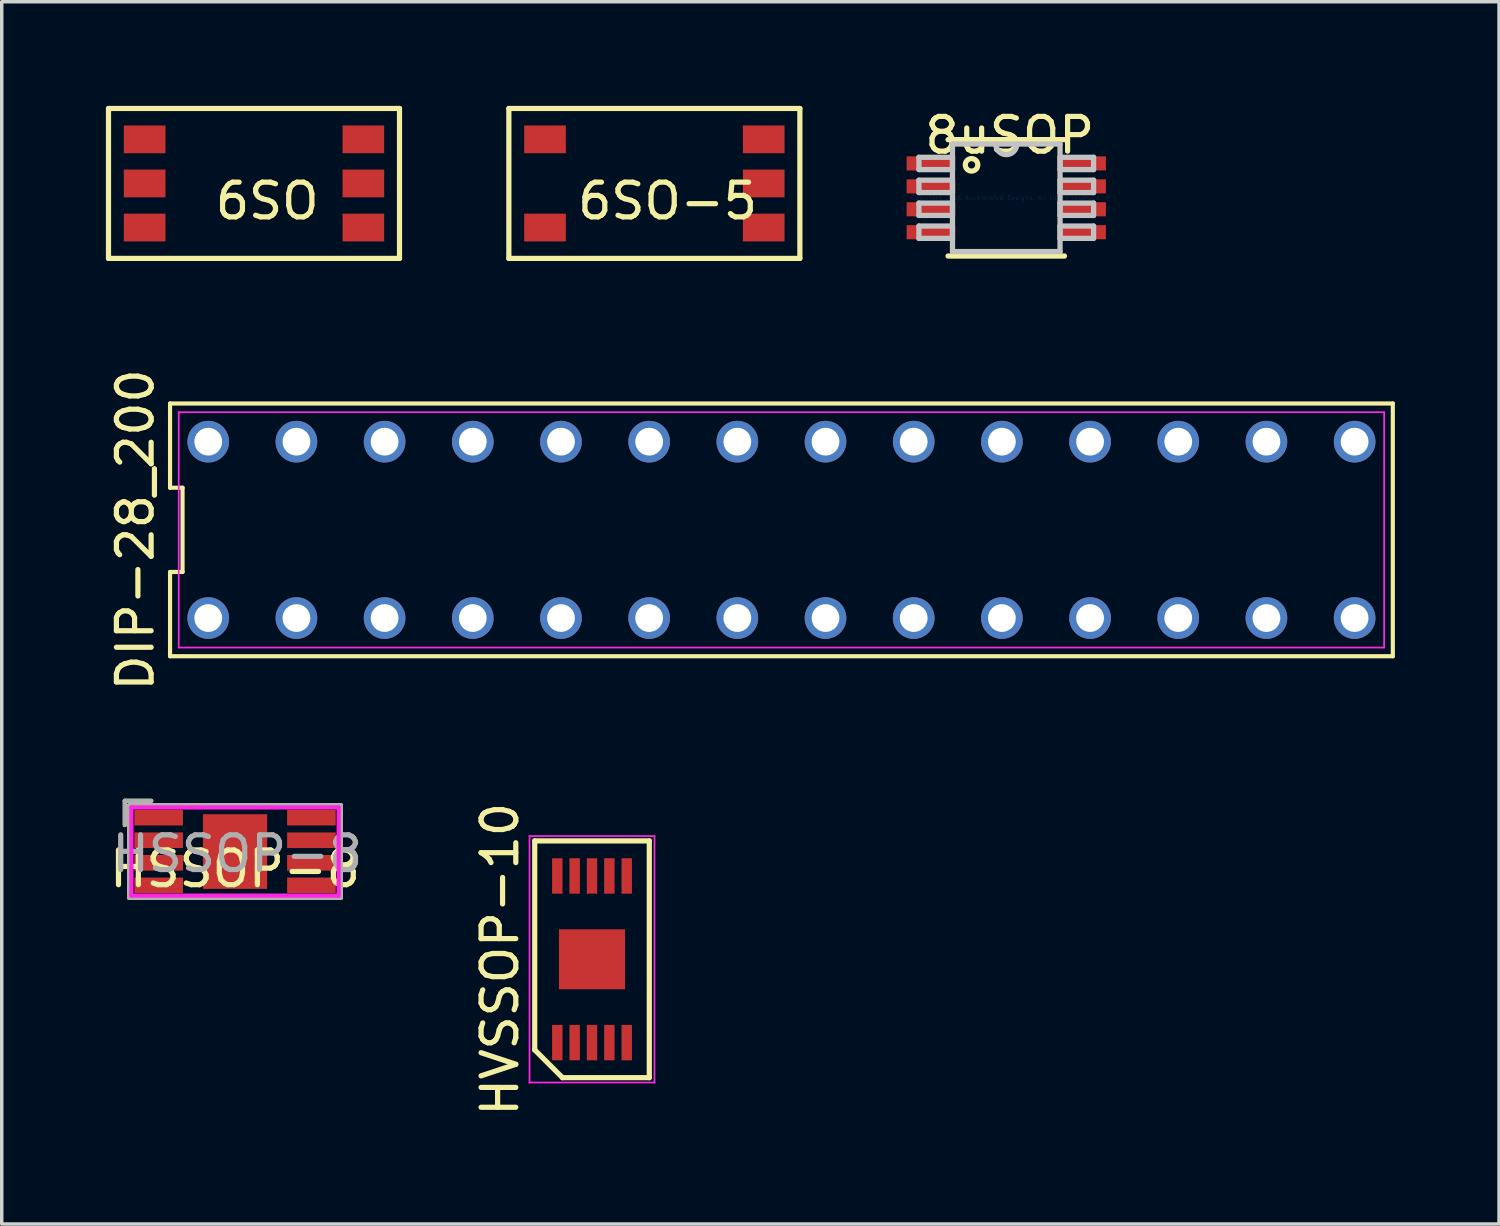
<source format=kicad_pcb>
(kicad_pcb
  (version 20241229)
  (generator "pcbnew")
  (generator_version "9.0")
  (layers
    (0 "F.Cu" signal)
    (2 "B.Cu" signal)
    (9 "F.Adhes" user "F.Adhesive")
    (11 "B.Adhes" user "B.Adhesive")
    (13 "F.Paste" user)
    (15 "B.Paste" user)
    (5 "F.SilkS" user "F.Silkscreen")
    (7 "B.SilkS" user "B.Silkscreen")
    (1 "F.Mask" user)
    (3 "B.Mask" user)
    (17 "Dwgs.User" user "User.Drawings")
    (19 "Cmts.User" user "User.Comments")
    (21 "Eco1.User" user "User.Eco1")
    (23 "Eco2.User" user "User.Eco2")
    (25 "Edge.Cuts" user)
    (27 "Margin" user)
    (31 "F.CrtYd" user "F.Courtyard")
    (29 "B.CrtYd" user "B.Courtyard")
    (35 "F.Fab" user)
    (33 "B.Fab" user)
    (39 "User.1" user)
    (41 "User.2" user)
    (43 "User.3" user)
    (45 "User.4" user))
  (footprint "HSSOP-8"
    (layer "F.Cu")
    (at 3.72 21.477)
    (property "Reference" "HSSOP-8" (at 0 0.5 0) (layer "F.SilkS") (effects (font (size 1 1) (thickness 0.15))))
    (attr through_hole)
    (fp_line (start -3.175 -1.46) (end -3.175 -0.762) (stroke (width 0.12) (type solid)) (layer "F.SilkS"))
    (fp_line (start -3.048 -1.333) (end 3.048 -1.333) (stroke (width 0.12) (type solid)) (layer "F.SilkS"))
    (fp_line (start -3.048 1.333) (end -3.048 -1.333) (stroke (width 0.12) (type solid)) (layer "F.SilkS"))
    (fp_line (start -2.413 -1.46) (end -3.175 -1.46) (stroke (width 0.12) (type solid)) (layer "F.SilkS"))
    (fp_line (start 3.048 -1.333) (end 3.048 1.333) (stroke (width 0.12) (type solid)) (layer "F.SilkS"))
    (fp_line (start 3.048 1.333) (end -3.048 1.333) (stroke (width 0.12) (type solid)) (layer "F.SilkS"))
    (fp_line (start -2.985 -1.27) (end 2.985 -1.27) (stroke (width 0.12) (type solid)) (layer "F.CrtYd"))
    (fp_line (start -2.985 1.27) (end -2.985 -1.27) (stroke (width 0.12) (type solid)) (layer "F.CrtYd"))
    (fp_line (start 2.985 -1.27) (end 2.985 1.27) (stroke (width 0.12) (type solid)) (layer "F.CrtYd"))
    (fp_line (start 2.985 1.27) (end -2.985 1.27) (stroke (width 0.12) (type solid)) (layer "F.CrtYd"))
    (fp_line (start -3.175 -1.46) (end -3.175 -0.762) (stroke (width 0.12) (type solid)) (layer "F.Fab"))
    (fp_line (start -3.048 -1.333) (end 3.048 -1.333) (stroke (width 0.12) (type solid)) (layer "F.Fab"))
    (fp_line (start -3.048 1.333) (end -3.048 -1.333) (stroke (width 0.12) (type solid)) (layer "F.Fab"))
    (fp_line (start -2.413 -1.46) (end -3.175 -1.46) (stroke (width 0.12) (type solid)) (layer "F.Fab"))
    (fp_line (start 3.048 -1.333) (end 3.048 1.333) (stroke (width 0.12) (type solid)) (layer "F.Fab"))
    (fp_line (start 3.048 1.333) (end -3.048 1.333) (stroke (width 0.12) (type solid)) (layer "F.Fab"))
    (fp_text user "${REFERENCE}" (at 0.064 0.064 0) (layer "F.Fab") (effects (font (size 1 1) (thickness 0.15))))
    (pad "1" smd rect (at -2.2 -0.975) (size 1.4 0.45) (layers "F.Cu" "F.Mask" "F.Paste"))
    (pad "2" smd rect (at -2.2 -0.325) (size 1.4 0.45) (layers "F.Cu" "F.Mask" "F.Paste"))
    (pad "3" smd rect (at -2.2 0.325) (size 1.4 0.45) (layers "F.Cu" "F.Mask" "F.Paste"))
    (pad "4" smd rect (at -2.2 0.975) (size 1.4 0.45) (layers "F.Cu" "F.Mask" "F.Paste"))
    (pad "5" smd rect (at 2.2 0.975) (size 1.4 0.45) (layers "F.Cu" "F.Mask" "F.Paste"))
    (pad "6" smd rect (at 2.2 0.325) (size 1.4 0.45) (layers "F.Cu" "F.Mask" "F.Paste"))
    (pad "7" smd rect (at 2.2 -0.325) (size 1.4 0.45) (layers "F.Cu" "F.Mask" "F.Paste"))
    (pad "8" smd rect (at 2.2 -0.975) (size 1.4 0.45) (layers "F.Cu" "F.Mask" "F.Paste"))
    (pad "9" smd rect (at 0 0) (size 1.85 2.15) (layers "F.Cu" "F.Mask" "F.Paste")))
  (footprint "DIP-28_200"
    (layer "F.Cu")
    (at 19.458 12.212)
    (property "Reference" "DIP-28_200" (at -18.61 0 90) (layer "F.SilkS") (effects (font (size 1 1) (thickness 0.15))))
    (fp_line (start -17.61 -3.64) (end -17.61 -1.213) (stroke (width 0.12) (type solid)) (layer "F.SilkS"))
    (fp_line (start -17.61 -1.213) (end -17.25 -1.213) (stroke (width 0.12) (type solid)) (layer "F.SilkS"))
    (fp_line (start -17.61 1.213) (end -17.61 3.64) (stroke (width 0.12) (type solid)) (layer "F.SilkS"))
    (fp_line (start -17.61 3.64) (end 17.61 3.64) (stroke (width 0.12) (type solid)) (layer "F.SilkS"))
    (fp_line (start -17.25 -1.213) (end -17.25 1.213) (stroke (width 0.12) (type solid)) (layer "F.SilkS"))
    (fp_line (start -17.25 1.213) (end -17.61 1.213) (stroke (width 0.12) (type solid)) (layer "F.SilkS"))
    (fp_line (start 17.61 -3.64) (end -17.61 -3.64) (stroke (width 0.12) (type solid)) (layer "F.SilkS"))
    (fp_line (start 17.61 3.64) (end 17.61 -3.64) (stroke (width 0.12) (type solid)) (layer "F.SilkS"))
    (fp_line (start -17.36 -3.39) (end 17.36 -3.39) (stroke (width 0.05) (type solid)) (layer "F.CrtYd"))
    (fp_line (start -17.36 3.39) (end -17.36 -3.39) (stroke (width 0.05) (type solid)) (layer "F.CrtYd"))
    (fp_line (start 17.36 -3.39) (end 17.36 3.39) (stroke (width 0.05) (type solid)) (layer "F.CrtYd"))
    (fp_line (start 17.36 3.39) (end -17.36 3.39) (stroke (width 0.05) (type solid)) (layer "F.CrtYd"))
    (pad "1" thru_hole circle (at -16.51 2.54) (size 1.2 1.2) (drill 0.8) (layers "*.Cu" "*.Mask"))
    (pad "2" thru_hole circle (at -13.97 2.54) (size 1.2 1.2) (drill 0.8) (layers "*.Cu" "*.Mask"))
    (pad "3" thru_hole circle (at -11.43 2.54) (size 1.2 1.2) (drill 0.8) (layers "*.Cu" "*.Mask"))
    (pad "4" thru_hole circle (at -8.89 2.54) (size 1.2 1.2) (drill 0.8) (layers "*.Cu" "*.Mask"))
    (pad "5" thru_hole circle (at -6.35 2.54) (size 1.2 1.2) (drill 0.8) (layers "*.Cu" "*.Mask"))
    (pad "6" thru_hole circle (at -3.81 2.54) (size 1.2 1.2) (drill 0.8) (layers "*.Cu" "*.Mask"))
    (pad "7" thru_hole circle (at -1.27 2.54) (size 1.2 1.2) (drill 0.8) (layers "*.Cu" "*.Mask"))
    (pad "8" thru_hole circle (at 1.27 2.54) (size 1.2 1.2) (drill 0.8) (layers "*.Cu" "*.Mask"))
    (pad "9" thru_hole circle (at 3.81 2.54) (size 1.2 1.2) (drill 0.8) (layers "*.Cu" "*.Mask"))
    (pad "10" thru_hole circle (at 6.35 2.54) (size 1.2 1.2) (drill 0.8) (layers "*.Cu" "*.Mask"))
    (pad "11" thru_hole circle (at 8.89 2.54) (size 1.2 1.2) (drill 0.8) (layers "*.Cu" "*.Mask"))
    (pad "12" thru_hole circle (at 11.43 2.54) (size 1.2 1.2) (drill 0.8) (layers "*.Cu" "*.Mask"))
    (pad "13" thru_hole circle (at 13.97 2.54) (size 1.2 1.2) (drill 0.8) (layers "*.Cu" "*.Mask"))
    (pad "14" thru_hole circle (at 16.51 2.54) (size 1.2 1.2) (drill 0.8) (layers "*.Cu" "*.Mask"))
    (pad "15" thru_hole circle (at 16.51 -2.54) (size 1.2 1.2) (drill 0.8) (layers "*.Cu" "*.Mask"))
    (pad "16" thru_hole circle (at 13.97 -2.54) (size 1.2 1.2) (drill 0.8) (layers "*.Cu" "*.Mask"))
    (pad "17" thru_hole circle (at 11.43 -2.54) (size 1.2 1.2) (drill 0.8) (layers "*.Cu" "*.Mask"))
    (pad "18" thru_hole circle (at 8.89 -2.54) (size 1.2 1.2) (drill 0.8) (layers "*.Cu" "*.Mask"))
    (pad "19" thru_hole circle (at 6.35 -2.54) (size 1.2 1.2) (drill 0.8) (layers "*.Cu" "*.Mask"))
    (pad "20" thru_hole circle (at 3.81 -2.54) (size 1.2 1.2) (drill 0.8) (layers "*.Cu" "*.Mask"))
    (pad "21" thru_hole circle (at 1.27 -2.54) (size 1.2 1.2) (drill 0.8) (layers "*.Cu" "*.Mask"))
    (pad "22" thru_hole circle (at -1.27 -2.54) (size 1.2 1.2) (drill 0.8) (layers "*.Cu" "*.Mask"))
    (pad "23" thru_hole circle (at -3.81 -2.54) (size 1.2 1.2) (drill 0.8) (layers "*.Cu" "*.Mask"))
    (pad "24" thru_hole circle (at -6.35 -2.54) (size 1.2 1.2) (drill 0.8) (layers "*.Cu" "*.Mask"))
    (pad "25" thru_hole circle (at -8.89 -2.54) (size 1.2 1.2) (drill 0.8) (layers "*.Cu" "*.Mask"))
    (pad "26" thru_hole circle (at -11.43 -2.54) (size 1.2 1.2) (drill 0.8) (layers "*.Cu" "*.Mask"))
    (pad "27" thru_hole circle (at -13.97 -2.54) (size 1.2 1.2) (drill 0.8) (layers "*.Cu" "*.Mask"))
    (pad "28" thru_hole circle (at -16.51 -2.54) (size 1.2 1.2) (drill 0.8) (layers "*.Cu" "*.Mask")))
  (footprint "8uSOP"
    (layer "F.Cu")
    (at 25.934 2.648)
    (property "Reference" "8uSOP" (at 0.1 -1.8 0) (layer "F.SilkS") (effects (font (size 1 1) (thickness 0.15))))
    (attr through_hole)
    (fp_line (start -1.676 1.676) (end 1.676 1.676) (stroke (width 0.152) (type solid)) (layer "F.SilkS"))
    (fp_line (start 1.676 -1.676) (end -1.676 -1.676) (stroke (width 0.152) (type solid)) (layer "F.SilkS"))
    (fp_circle (center -1 -0.95) (end -0.85 -0.85) (stroke (width 0.15) (type solid)) (fill no) (layer "F.SilkS"))
    (fp_line (start -2.515 -1.168) (end -2.515 -0.813) (stroke (width 0.152) (type solid)) (layer "Dwgs.User"))
    (fp_line (start -2.515 -0.813) (end -1.549 -0.813) (stroke (width 0.152) (type solid)) (layer "Dwgs.User"))
    (fp_line (start -2.515 -0.508) (end -2.515 -0.152) (stroke (width 0.152) (type solid)) (layer "Dwgs.User"))
    (fp_line (start -2.515 -0.152) (end -1.549 -0.152) (stroke (width 0.152) (type solid)) (layer "Dwgs.User"))
    (fp_line (start -2.515 0.152) (end -2.515 0.508) (stroke (width 0.152) (type solid)) (layer "Dwgs.User"))
    (fp_line (start -2.515 0.508) (end -1.549 0.508) (stroke (width 0.152) (type solid)) (layer "Dwgs.User"))
    (fp_line (start -2.515 0.813) (end -2.515 1.168) (stroke (width 0.152) (type solid)) (layer "Dwgs.User"))
    (fp_line (start -2.515 1.168) (end -1.549 1.168) (stroke (width 0.152) (type solid)) (layer "Dwgs.User"))
    (fp_line (start -1.549 -1.549) (end -1.549 1.549) (stroke (width 0.152) (type solid)) (layer "Dwgs.User"))
    (fp_line (start -1.549 -1.168) (end -2.515 -1.168) (stroke (width 0.152) (type solid)) (layer "Dwgs.User"))
    (fp_line (start -1.549 -0.813) (end -1.549 -1.168) (stroke (width 0.152) (type solid)) (layer "Dwgs.User"))
    (fp_line (start -1.549 -0.508) (end -2.515 -0.508) (stroke (width 0.152) (type solid)) (layer "Dwgs.User"))
    (fp_line (start -1.549 -0.152) (end -1.549 -0.508) (stroke (width 0.152) (type solid)) (layer "Dwgs.User"))
    (fp_line (start -1.549 0.152) (end -2.515 0.152) (stroke (width 0.152) (type solid)) (layer "Dwgs.User"))
    (fp_line (start -1.549 0.508) (end -1.549 0.152) (stroke (width 0.152) (type solid)) (layer "Dwgs.User"))
    (fp_line (start -1.549 0.813) (end -2.515 0.813) (stroke (width 0.152) (type solid)) (layer "Dwgs.User"))
    (fp_line (start -1.549 1.168) (end -1.549 0.813) (stroke (width 0.152) (type solid)) (layer "Dwgs.User"))
    (fp_line (start -1.549 1.549) (end 1.549 1.549) (stroke (width 0.152) (type solid)) (layer "Dwgs.User"))
    (fp_line (start 1.549 -1.549) (end -1.549 -1.549) (stroke (width 0.152) (type solid)) (layer "Dwgs.User"))
    (fp_line (start 1.549 -1.168) (end 1.549 -0.813) (stroke (width 0.152) (type solid)) (layer "Dwgs.User"))
    (fp_line (start 1.549 -0.813) (end 2.515 -0.813) (stroke (width 0.152) (type solid)) (layer "Dwgs.User"))
    (fp_line (start 1.549 -0.508) (end 1.549 -0.152) (stroke (width 0.152) (type solid)) (layer "Dwgs.User"))
    (fp_line (start 1.549 -0.152) (end 2.515 -0.152) (stroke (width 0.152) (type solid)) (layer "Dwgs.User"))
    (fp_line (start 1.549 0.152) (end 1.549 0.508) (stroke (width 0.152) (type solid)) (layer "Dwgs.User"))
    (fp_line (start 1.549 0.508) (end 2.515 0.508) (stroke (width 0.152) (type solid)) (layer "Dwgs.User"))
    (fp_line (start 1.549 0.813) (end 1.549 1.168) (stroke (width 0.152) (type solid)) (layer "Dwgs.User"))
    (fp_line (start 1.549 1.168) (end 2.515 1.168) (stroke (width 0.152) (type solid)) (layer "Dwgs.User"))
    (fp_line (start 1.549 1.549) (end 1.549 -1.549) (stroke (width 0.152) (type solid)) (layer "Dwgs.User"))
    (fp_line (start 2.515 -1.168) (end 1.549 -1.168) (stroke (width 0.152) (type solid)) (layer "Dwgs.User"))
    (fp_line (start 2.515 -0.813) (end 2.515 -1.168) (stroke (width 0.152) (type solid)) (layer "Dwgs.User"))
    (fp_line (start 2.515 -0.508) (end 1.549 -0.508) (stroke (width 0.152) (type solid)) (layer "Dwgs.User"))
    (fp_line (start 2.515 -0.152) (end 2.515 -0.508) (stroke (width 0.152) (type solid)) (layer "Dwgs.User"))
    (fp_line (start 2.515 0.152) (end 1.549 0.152) (stroke (width 0.152) (type solid)) (layer "Dwgs.User"))
    (fp_line (start 2.515 0.508) (end 2.515 0.152) (stroke (width 0.152) (type solid)) (layer "Dwgs.User"))
    (fp_line (start 2.515 0.813) (end 1.549 0.813) (stroke (width 0.152) (type solid)) (layer "Dwgs.User"))
    (fp_line (start 2.515 1.168) (end 2.515 0.813) (stroke (width 0.152) (type solid)) (layer "Dwgs.User"))
    (fp_arc (start 0.3048 -1.5494) (mid 0 -1.2446) (end -0.3048 -1.5494) (stroke (width 0.1524) (type solid)) (layer "Dwgs.User"))
    (fp_text user "Copyright 2016 Accelerated Designs. All rights reserved." (at 0 0 0) (layer "Cmts.User") (effects (font (size 0.127 0.127) (thickness 0.002))))
    (pad "1" smd rect (at -2.184 -0.991) (size 1.372 0.406) (layers "F.Cu" "F.Mask" "F.Paste"))
    (pad "2" smd rect (at -2.184 -0.33) (size 1.372 0.406) (layers "F.Cu" "F.Mask" "F.Paste"))
    (pad "3" smd rect (at -2.184 0.33) (size 1.372 0.406) (layers "F.Cu" "F.Mask" "F.Paste"))
    (pad "4" smd rect (at -2.184 0.991) (size 1.372 0.406) (layers "F.Cu" "F.Mask" "F.Paste"))
    (pad "5" smd rect (at 2.184 0.991) (size 1.372 0.406) (layers "F.Cu" "F.Mask" "F.Paste"))
    (pad "6" smd rect (at 2.184 0.33) (size 1.372 0.406) (layers "F.Cu" "F.Mask" "F.Paste"))
    (pad "7" smd rect (at 2.184 -0.33) (size 1.372 0.406) (layers "F.Cu" "F.Mask" "F.Paste"))
    (pad "8" smd rect (at 2.184 -0.991) (size 1.372 0.406) (layers "F.Cu" "F.Mask" "F.Paste")))
  (footprint "HVSSOP-10"
    (layer "F.Cu")
    (at 14.002 24.581)
    (property "Reference" "HVSSOP-10" (at -2.65 0 90) (layer "F.SilkS") (effects (font (size 1 1) (thickness 0.15))))
    (attr smd)
    (fp_line (start -1.65 -3.41) (end 1.65 -3.41) (stroke (width 0.15) (type solid)) (layer "F.SilkS"))
    (fp_line (start -1.65 2.61) (end -1.65 -3.41) (stroke (width 0.15) (type solid)) (layer "F.SilkS"))
    (fp_line (start -0.85 3.41) (end -1.65 2.61) (stroke (width 0.15) (type solid)) (layer "F.SilkS"))
    (fp_line (start 1.65 -3.41) (end 1.65 3.41) (stroke (width 0.15) (type solid)) (layer "F.SilkS"))
    (fp_line (start 1.65 3.41) (end -0.85 3.41) (stroke (width 0.15) (type solid)) (layer "F.SilkS"))
    (fp_line (start -1.8 -3.55) (end 1.8 -3.55) (stroke (width 0.05) (type solid)) (layer "F.CrtYd"))
    (fp_line (start -1.8 3.55) (end -1.8 -3.55) (stroke (width 0.05) (type solid)) (layer "F.CrtYd"))
    (fp_line (start 1.8 -3.55) (end 1.8 3.55) (stroke (width 0.05) (type solid)) (layer "F.CrtYd"))
    (fp_line (start 1.8 3.55) (end -1.8 3.55) (stroke (width 0.05) (type solid)) (layer "F.CrtYd"))
    (pad "1" smd rect (at -1 2.4) (size 0.3 1.02) (layers "F.Cu" "F.Mask" "F.Paste"))
    (pad "2" smd rect (at -0.5 2.4) (size 0.3 1.02) (layers "F.Cu" "F.Mask" "F.Paste"))
    (pad "3" smd rect (at 0 2.4) (size 0.3 1.02) (layers "F.Cu" "F.Mask" "F.Paste"))
    (pad "4" smd rect (at 0.5 2.4) (size 0.3 1.02) (layers "F.Cu" "F.Mask" "F.Paste"))
    (pad "5" smd rect (at 1 2.4) (size 0.3 1.02) (layers "F.Cu" "F.Mask" "F.Paste"))
    (pad "6" smd rect (at 1 -2.4) (size 0.3 1.02) (layers "F.Cu" "F.Mask" "F.Paste"))
    (pad "7" smd rect (at 0.5 -2.4) (size 0.3 1.02) (layers "F.Cu" "F.Mask" "F.Paste"))
    (pad "8" smd rect (at 0 -2.4) (size 0.3 1.02) (layers "F.Cu" "F.Mask" "F.Paste"))
    (pad "9" smd rect (at -0.5 -2.4) (size 0.3 1.02) (layers "F.Cu" "F.Mask" "F.Paste"))
    (pad "10" smd rect (at -1 -2.4) (size 0.3 1.02) (layers "F.Cu" "F.Mask" "F.Paste"))
    (pad "11" smd rect (at 0 0) (size 1.905 1.727) (layers "F.Cu" "F.Mask" "F.Paste")))
  (footprint "6SO"
    (layer "F.Cu")
    (at 4.266 2.234)
    (property "Reference" "6SO" (at 0.381 0.508 0) (layer "F.SilkS") (effects (font (size 1 1) (thickness 0.15))))
    (attr through_hole)
    (fp_line (start -4.191 -2.159) (end 4.191 -2.159) (stroke (width 0.15) (type solid)) (layer "F.SilkS"))
    (fp_line (start -4.191 2.159) (end -4.191 -2.159) (stroke (width 0.15) (type solid)) (layer "F.SilkS"))
    (fp_line (start 4.191 -2.159) (end 4.191 2.159) (stroke (width 0.15) (type solid)) (layer "F.SilkS"))
    (fp_line (start 4.191 2.159) (end -4.191 2.159) (stroke (width 0.15) (type solid)) (layer "F.SilkS"))
    (pad "1" smd rect (at -3.15 -1.27) (size 1.2 0.8) (layers "F.Cu" "F.Mask" "F.Paste"))
    (pad "2" smd rect (at -3.15 0) (size 1.2 0.8) (layers "F.Cu" "F.Mask" "F.Paste"))
    (pad "3" smd rect (at -3.15 1.27) (size 1.2 0.8) (layers "F.Cu" "F.Mask" "F.Paste"))
    (pad "4" smd rect (at 3.15 1.27) (size 1.2 0.8) (layers "F.Cu" "F.Mask" "F.Paste"))
    (pad "5" smd rect (at 3.15 0) (size 1.2 0.8) (layers "F.Cu" "F.Mask" "F.Paste"))
    (pad "6" smd rect (at 3.15 -1.27) (size 1.2 0.8) (layers "F.Cu" "F.Mask" "F.Paste")))
  (footprint "6SO-5"
    (layer "F.Cu")
    (at 15.798 2.234)
    (property "Reference" "6SO-5" (at 0.381 0.508 0) (layer "F.SilkS") (effects (font (size 1 1) (thickness 0.15))))
    (attr through_hole)
    (fp_line (start -4.191 -2.159) (end 4.191 -2.159) (stroke (width 0.15) (type solid)) (layer "F.SilkS"))
    (fp_line (start -4.191 2.159) (end -4.191 -2.159) (stroke (width 0.15) (type solid)) (layer "F.SilkS"))
    (fp_line (start 4.191 -2.159) (end 4.191 2.159) (stroke (width 0.15) (type solid)) (layer "F.SilkS"))
    (fp_line (start 4.191 2.159) (end -4.191 2.159) (stroke (width 0.15) (type solid)) (layer "F.SilkS"))
    (pad "1" smd rect (at -3.15 -1.27) (size 1.2 0.8) (layers "F.Cu" "F.Mask" "F.Paste"))
    (pad "3" smd rect (at -3.15 1.27) (size 1.2 0.8) (layers "F.Cu" "F.Mask" "F.Paste"))
    (pad "4" smd rect (at 3.15 1.27) (size 1.2 0.8) (layers "F.Cu" "F.Mask" "F.Paste"))
    (pad "5" smd rect (at 3.15 0) (size 1.2 0.8) (layers "F.Cu" "F.Mask" "F.Paste"))
    (pad "6" smd rect (at 3.15 -1.27) (size 1.2 0.8) (layers "F.Cu" "F.Mask" "F.Paste")))
  (gr_rect
    (start -3 -3)
    (end 40.128 32.206)
    (stroke (width 0.1) (type default))
    (fill no)
    (layer "Edge.Cuts")))
</source>
